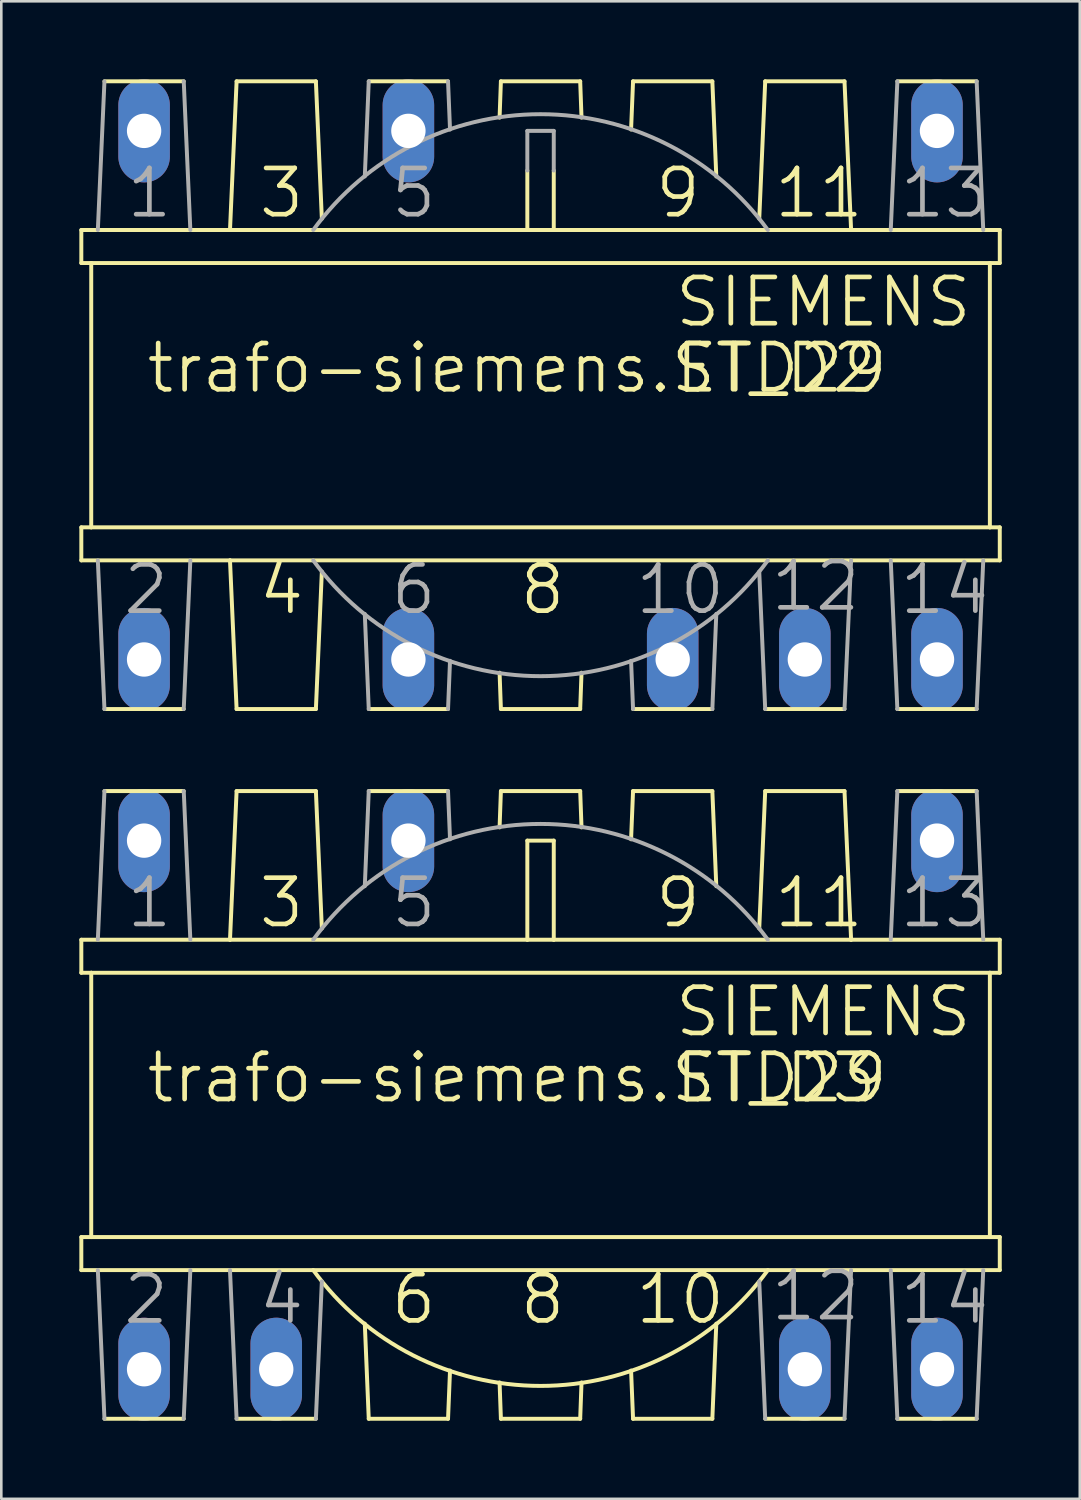
<source format=kicad_pcb>
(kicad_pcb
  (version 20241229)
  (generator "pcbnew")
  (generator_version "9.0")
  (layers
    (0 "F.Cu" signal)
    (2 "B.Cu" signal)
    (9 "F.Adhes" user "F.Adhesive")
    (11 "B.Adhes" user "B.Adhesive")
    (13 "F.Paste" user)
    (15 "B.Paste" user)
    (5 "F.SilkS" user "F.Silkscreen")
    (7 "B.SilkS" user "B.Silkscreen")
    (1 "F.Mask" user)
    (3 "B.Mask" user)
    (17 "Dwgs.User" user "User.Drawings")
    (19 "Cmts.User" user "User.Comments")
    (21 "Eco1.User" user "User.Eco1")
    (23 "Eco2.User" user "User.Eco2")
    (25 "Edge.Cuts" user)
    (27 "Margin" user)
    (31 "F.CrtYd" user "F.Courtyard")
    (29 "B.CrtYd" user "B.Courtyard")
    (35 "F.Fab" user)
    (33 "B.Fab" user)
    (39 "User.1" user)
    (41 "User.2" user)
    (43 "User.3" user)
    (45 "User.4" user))
  (footprint "trafo-siemens.ST_D2"
    (layer "F.Cu")
    (at 17.729 12.141)
    (property "Reference" "trafo-siemens.ST_D2" (at -15.24 0 0) (layer "F.SilkS") (effects (font (size 1.778 1.778) (thickness 0.18)) (justify left bottom)))
    (attr through_hole)
    (fp_line (start -17.653 -6.35) (end -17.653 -5.08) (stroke (width 0.152) (type default)) (layer "F.SilkS"))
    (fp_line (start -17.653 5.08) (end -17.653 6.35) (stroke (width 0.152) (type default)) (layer "F.SilkS"))
    (fp_line (start -17.272 -5.08) (end -17.653 -5.08) (stroke (width 0.152) (type default)) (layer "F.SilkS"))
    (fp_line (start -17.272 5.08) (end -17.653 5.08) (stroke (width 0.152) (type default)) (layer "F.SilkS"))
    (fp_line (start -17.272 5.08) (end -17.272 -5.08) (stroke (width 0.152) (type default)) (layer "F.SilkS"))
    (fp_line (start -16.764 12.065) (end -13.716 12.065) (stroke (width 0.152) (type default)) (layer "F.SilkS"))
    (fp_line (start -13.716 -12.065) (end -16.764 -12.065) (stroke (width 0.152) (type default)) (layer "F.SilkS"))
    (fp_line (start -11.938 -6.35) (end -17.653 -6.35) (stroke (width 0.152) (type default)) (layer "F.SilkS"))
    (fp_line (start -11.938 -6.35) (end -11.684 -12.065) (stroke (width 0.152) (type default)) (layer "F.SilkS"))
    (fp_line (start -11.938 6.35) (end -17.653 6.35) (stroke (width 0.152) (type default)) (layer "F.SilkS"))
    (fp_line (start -11.938 6.35) (end -11.684 12.065) (stroke (width 0.152) (type default)) (layer "F.SilkS"))
    (fp_line (start -11.684 12.065) (end -8.636 12.065) (stroke (width 0.152) (type default)) (layer "F.SilkS"))
    (fp_line (start -8.636 -12.065) (end -11.684 -12.065) (stroke (width 0.152) (type default)) (layer "F.SilkS"))
    (fp_line (start -8.407 -6.782) (end -8.636 -12.065) (stroke (width 0.152) (type default)) (layer "F.SilkS"))
    (fp_line (start -8.407 6.782) (end -8.636 12.065) (stroke (width 0.152) (type default)) (layer "F.SilkS"))
    (fp_line (start -6.604 12.065) (end -3.556 12.065) (stroke (width 0.152) (type default)) (layer "F.SilkS"))
    (fp_line (start -3.556 -12.065) (end -6.604 -12.065) (stroke (width 0.152) (type default)) (layer "F.SilkS"))
    (fp_line (start -1.575 -10.668) (end -1.524 -12.065) (stroke (width 0.152) (type default)) (layer "F.SilkS"))
    (fp_line (start -1.575 10.668) (end -1.524 12.065) (stroke (width 0.152) (type default)) (layer "F.SilkS"))
    (fp_line (start -1.524 12.065) (end 1.524 12.065) (stroke (width 0.152) (type default)) (layer "F.SilkS"))
    (fp_line (start -0.508 -8.636) (end -0.508 -6.35) (stroke (width 0.152) (type default)) (layer "F.SilkS"))
    (fp_line (start -0.508 -6.35) (end -11.938 -6.35) (stroke (width 0.152) (type default)) (layer "F.SilkS"))
    (fp_line (start 0.508 -6.35) (end -0.508 -6.35) (stroke (width 0.152) (type default)) (layer "F.SilkS"))
    (fp_line (start 0.508 -6.35) (end 0.508 -8.636) (stroke (width 0.152) (type default)) (layer "F.SilkS"))
    (fp_line (start 1.524 -12.065) (end -1.524 -12.065) (stroke (width 0.152) (type default)) (layer "F.SilkS"))
    (fp_line (start 1.575 -10.668) (end 1.524 -12.065) (stroke (width 0.152) (type default)) (layer "F.SilkS"))
    (fp_line (start 1.575 10.668) (end 1.524 12.065) (stroke (width 0.152) (type default)) (layer "F.SilkS"))
    (fp_line (start 3.48 -10.211) (end 3.556 -12.065) (stroke (width 0.152) (type default)) (layer "F.SilkS"))
    (fp_line (start 3.556 12.065) (end 6.604 12.065) (stroke (width 0.152) (type default)) (layer "F.SilkS"))
    (fp_line (start 6.604 -12.065) (end 3.556 -12.065) (stroke (width 0.152) (type default)) (layer "F.SilkS"))
    (fp_line (start 6.756 -8.407) (end 6.604 -12.065) (stroke (width 0.152) (type default)) (layer "F.SilkS"))
    (fp_line (start 8.407 -6.782) (end 8.636 -12.065) (stroke (width 0.152) (type default)) (layer "F.SilkS"))
    (fp_line (start 8.636 12.065) (end 11.684 12.065) (stroke (width 0.152) (type default)) (layer "F.SilkS"))
    (fp_line (start 11.684 -12.065) (end 8.636 -12.065) (stroke (width 0.152) (type default)) (layer "F.SilkS"))
    (fp_line (start 11.938 -6.35) (end 0.508 -6.35) (stroke (width 0.152) (type default)) (layer "F.SilkS"))
    (fp_line (start 11.938 -6.35) (end 11.684 -12.065) (stroke (width 0.152) (type default)) (layer "F.SilkS"))
    (fp_line (start 13.716 12.065) (end 16.764 12.065) (stroke (width 0.152) (type default)) (layer "F.SilkS"))
    (fp_line (start 16.764 -12.065) (end 13.716 -12.065) (stroke (width 0.152) (type default)) (layer "F.SilkS"))
    (fp_line (start 17.272 -5.08) (end -17.272 -5.08) (stroke (width 0.152) (type default)) (layer "F.SilkS"))
    (fp_line (start 17.272 5.08) (end -17.272 5.08) (stroke (width 0.152) (type default)) (layer "F.SilkS"))
    (fp_line (start 17.272 5.08) (end 17.272 -5.08) (stroke (width 0.152) (type default)) (layer "F.SilkS"))
    (fp_line (start 17.653 -6.35) (end 11.938 -6.35) (stroke (width 0.152) (type default)) (layer "F.SilkS"))
    (fp_line (start 17.653 -5.08) (end 17.272 -5.08) (stroke (width 0.152) (type default)) (layer "F.SilkS"))
    (fp_line (start 17.653 -5.08) (end 17.653 -6.35) (stroke (width 0.152) (type default)) (layer "F.SilkS"))
    (fp_line (start 17.653 5.08) (end 17.272 5.08) (stroke (width 0.152) (type default)) (layer "F.SilkS"))
    (fp_line (start 17.653 6.35) (end -11.938 6.35) (stroke (width 0.152) (type default)) (layer "F.SilkS"))
    (fp_line (start 17.653 6.35) (end 17.653 5.08) (stroke (width 0.152) (type default)) (layer "F.SilkS"))
    (fp_line (start -17.018 -6.35) (end -16.764 -12.065) (stroke (width 0.152) (type default)) (layer "F.Fab"))
    (fp_line (start -17.018 6.35) (end -16.764 12.065) (stroke (width 0.152) (type default)) (layer "F.Fab"))
    (fp_line (start -13.462 -6.35) (end -13.716 -12.065) (stroke (width 0.152) (type default)) (layer "F.Fab"))
    (fp_line (start -13.462 6.35) (end -13.716 12.065) (stroke (width 0.152) (type default)) (layer "F.Fab"))
    (fp_line (start -6.756 -8.407) (end -6.604 -12.065) (stroke (width 0.152) (type default)) (layer "F.Fab"))
    (fp_line (start -6.756 8.407) (end -6.604 12.065) (stroke (width 0.152) (type default)) (layer "F.Fab"))
    (fp_line (start -3.48 -10.211) (end -3.556 -12.065) (stroke (width 0.152) (type default)) (layer "F.Fab"))
    (fp_line (start -3.48 10.211) (end -3.556 12.065) (stroke (width 0.152) (type default)) (layer "F.Fab"))
    (fp_line (start -0.508 -10.16) (end -0.508 -8.636) (stroke (width 0.152) (type default)) (layer "F.Fab"))
    (fp_line (start 0.508 -10.16) (end -0.508 -10.16) (stroke (width 0.152) (type default)) (layer "F.Fab"))
    (fp_line (start 0.508 -8.636) (end 0.508 -10.16) (stroke (width 0.152) (type default)) (layer "F.Fab"))
    (fp_line (start 3.48 10.211) (end 3.556 12.065) (stroke (width 0.152) (type default)) (layer "F.Fab"))
    (fp_line (start 6.756 8.407) (end 6.604 12.065) (stroke (width 0.152) (type default)) (layer "F.Fab"))
    (fp_line (start 8.407 6.782) (end 8.636 12.065) (stroke (width 0.152) (type default)) (layer "F.Fab"))
    (fp_line (start 11.938 6.35) (end 11.684 12.065) (stroke (width 0.152) (type default)) (layer "F.Fab"))
    (fp_line (start 13.462 -6.35) (end 13.716 -12.065) (stroke (width 0.152) (type default)) (layer "F.Fab"))
    (fp_line (start 13.462 6.35) (end 13.716 12.065) (stroke (width 0.152) (type default)) (layer "F.Fab"))
    (fp_line (start 17.018 -6.35) (end 16.764 -12.065) (stroke (width 0.152) (type default)) (layer "F.Fab"))
    (fp_line (start 17.018 6.35) (end 16.764 12.065) (stroke (width 0.152) (type default)) (layer "F.Fab"))
    (fp_arc (start -8.7376 -6.35) (mid 0 -10.801303) (end 8.7376 -6.35) (stroke (width 0.1524) (type default)) (layer "F.Fab"))
    (fp_arc (start 8.7376 6.35) (mid 0 10.801303) (end -8.7376 6.35) (stroke (width 0.1524) (type default)) (layer "F.Fab"))
    (fp_text user "SIEMENS" (at 5.08 -2.54 0) (layer "F.SilkS") (effects (font (size 1.778 1.778) (thickness 0.18)) (justify left bottom)))
    (fp_text user "4" (at -10.922 8.509 0) (layer "F.SilkS") (effects (font (size 1.778 1.778) (thickness 0.18)) (justify left bottom)))
    (fp_text user "11" (at 8.89 -6.731 0) (layer "F.SilkS") (effects (font (size 1.778 1.778) (thickness 0.18)) (justify left bottom)))
    (fp_text user "ETD29" (at 5.08 0 0) (layer "F.SilkS") (effects (font (size 1.778 1.778) (thickness 0.18)) (justify left bottom)))
    (fp_text user "9" (at 4.318 -6.731 0) (layer "F.SilkS") (effects (font (size 1.778 1.778) (thickness 0.18)) (justify left bottom)))
    (fp_text user "3" (at -10.922 -6.731 0) (layer "F.SilkS") (effects (font (size 1.778 1.778) (thickness 0.18)) (justify left bottom)))
    (fp_text user "8" (at -0.889 8.509 0) (layer "F.SilkS") (effects (font (size 1.778 1.778) (thickness 0.18)) (justify left bottom)))
    (fp_text user "13" (at 13.716 -6.731 0) (layer "F.Fab") (effects (font (size 1.778 1.778) (thickness 0.18)) (justify left bottom)))
    (fp_text user "14" (at 13.716 8.509 0) (layer "F.Fab") (effects (font (size 1.778 1.778) (thickness 0.18)) (justify left bottom)))
    (fp_text user "10" (at 3.556 8.509 0) (layer "F.Fab") (effects (font (size 1.778 1.778) (thickness 0.18)) (justify left bottom)))
    (fp_text user "6" (at -5.842 8.509 0) (layer "F.Fab") (effects (font (size 1.778 1.778) (thickness 0.18)) (justify left bottom)))
    (fp_text user "12" (at 8.763 8.382 0) (layer "F.Fab") (effects (font (size 1.778 1.778) (thickness 0.18)) (justify left bottom)))
    (fp_text user "5" (at -5.842 -6.731 0) (layer "F.Fab") (effects (font (size 1.778 1.778) (thickness 0.18)) (justify left bottom)))
    (fp_text user "1" (at -16.002 -6.731 0) (layer "F.Fab") (effects (font (size 1.778 1.778) (thickness 0.18)) (justify left bottom)))
    (fp_text user "2" (at -16.129 8.509 0) (layer "F.Fab") (effects (font (size 1.778 1.778) (thickness 0.18)) (justify left bottom)))
    (pad "1" thru_hole oval (at -15.24 -10.16 90) (size 3.962 1.981) (drill 1.321) (layers "*.Cu" "*.Mask"))
    (pad "2" thru_hole oval (at -15.24 10.16 90) (size 3.962 1.981) (drill 1.321) (layers "*.Cu" "*.Mask"))
    (pad "5" thru_hole oval (at -5.08 -10.16 90) (size 3.962 1.981) (drill 1.321) (layers "*.Cu" "*.Mask"))
    (pad "6" thru_hole oval (at -5.08 10.16 90) (size 3.962 1.981) (drill 1.321) (layers "*.Cu" "*.Mask"))
    (pad "10" thru_hole oval (at 5.08 10.16 90) (size 3.962 1.981) (drill 1.321) (layers "*.Cu" "*.Mask"))
    (pad "12" thru_hole oval (at 10.16 10.16 90) (size 3.962 1.981) (drill 1.321) (layers "*.Cu" "*.Mask"))
    (pad "13" thru_hole oval (at 15.24 -10.16 90) (size 3.962 1.981) (drill 1.321) (layers "*.Cu" "*.Mask"))
    (pad "14" thru_hole oval (at 15.24 10.16 90) (size 3.962 1.981) (drill 1.321) (layers "*.Cu" "*.Mask")))
  (footprint "trafo-siemens.ST_D3"
    (layer "F.Cu")
    (at 17.729 39.424)
    (property "Reference" "trafo-siemens.ST_D3" (at -15.24 0 0) (layer "F.SilkS") (effects (font (size 1.778 1.778) (thickness 0.18)) (justify left bottom)))
    (attr through_hole)
    (fp_line (start -17.653 -6.35) (end -17.653 -5.08) (stroke (width 0.152) (type default)) (layer "F.SilkS"))
    (fp_line (start -17.653 5.08) (end -17.653 6.35) (stroke (width 0.152) (type default)) (layer "F.SilkS"))
    (fp_line (start -17.272 -5.08) (end -17.653 -5.08) (stroke (width 0.152) (type default)) (layer "F.SilkS"))
    (fp_line (start -17.272 5.08) (end -17.653 5.08) (stroke (width 0.152) (type default)) (layer "F.SilkS"))
    (fp_line (start -17.272 5.08) (end -17.272 -5.08) (stroke (width 0.152) (type default)) (layer "F.SilkS"))
    (fp_line (start -16.764 12.065) (end -13.716 12.065) (stroke (width 0.152) (type default)) (layer "F.SilkS"))
    (fp_line (start -13.716 -12.065) (end -16.764 -12.065) (stroke (width 0.152) (type default)) (layer "F.SilkS"))
    (fp_line (start -11.938 -6.35) (end -17.653 -6.35) (stroke (width 0.152) (type default)) (layer "F.SilkS"))
    (fp_line (start -11.938 -6.35) (end -11.684 -12.065) (stroke (width 0.152) (type default)) (layer "F.SilkS"))
    (fp_line (start -11.684 12.065) (end -8.636 12.065) (stroke (width 0.152) (type default)) (layer "F.SilkS"))
    (fp_line (start -8.636 -12.065) (end -11.684 -12.065) (stroke (width 0.152) (type default)) (layer "F.SilkS"))
    (fp_line (start -8.407 -6.782) (end -8.636 -12.065) (stroke (width 0.152) (type default)) (layer "F.SilkS"))
    (fp_line (start -6.756 8.407) (end -6.604 12.065) (stroke (width 0.152) (type default)) (layer "F.SilkS"))
    (fp_line (start -6.604 12.065) (end -3.556 12.065) (stroke (width 0.152) (type default)) (layer "F.SilkS"))
    (fp_line (start -3.556 -12.065) (end -6.604 -12.065) (stroke (width 0.152) (type default)) (layer "F.SilkS"))
    (fp_line (start -3.48 10.211) (end -3.556 12.065) (stroke (width 0.152) (type default)) (layer "F.SilkS"))
    (fp_line (start -1.575 -10.668) (end -1.524 -12.065) (stroke (width 0.152) (type default)) (layer "F.SilkS"))
    (fp_line (start -1.575 10.668) (end -1.524 12.065) (stroke (width 0.152) (type default)) (layer "F.SilkS"))
    (fp_line (start -1.524 12.065) (end 1.524 12.065) (stroke (width 0.152) (type default)) (layer "F.SilkS"))
    (fp_line (start -0.508 -10.16) (end -0.508 -6.35) (stroke (width 0.152) (type default)) (layer "F.SilkS"))
    (fp_line (start -0.508 -6.35) (end -11.938 -6.35) (stroke (width 0.152) (type default)) (layer "F.SilkS"))
    (fp_line (start 0.508 -10.16) (end -0.508 -10.16) (stroke (width 0.152) (type default)) (layer "F.SilkS"))
    (fp_line (start 0.508 -6.35) (end -0.508 -6.35) (stroke (width 0.152) (type default)) (layer "F.SilkS"))
    (fp_line (start 0.508 -6.35) (end 0.508 -10.16) (stroke (width 0.152) (type default)) (layer "F.SilkS"))
    (fp_line (start 1.524 -12.065) (end -1.524 -12.065) (stroke (width 0.152) (type default)) (layer "F.SilkS"))
    (fp_line (start 1.575 -10.668) (end 1.524 -12.065) (stroke (width 0.152) (type default)) (layer "F.SilkS"))
    (fp_line (start 1.575 10.668) (end 1.524 12.065) (stroke (width 0.152) (type default)) (layer "F.SilkS"))
    (fp_line (start 3.48 -10.211) (end 3.556 -12.065) (stroke (width 0.152) (type default)) (layer "F.SilkS"))
    (fp_line (start 3.48 10.211) (end 3.556 12.065) (stroke (width 0.152) (type default)) (layer "F.SilkS"))
    (fp_line (start 3.556 12.065) (end 6.604 12.065) (stroke (width 0.152) (type default)) (layer "F.SilkS"))
    (fp_line (start 6.604 -12.065) (end 3.556 -12.065) (stroke (width 0.152) (type default)) (layer "F.SilkS"))
    (fp_line (start 6.756 -8.407) (end 6.604 -12.065) (stroke (width 0.152) (type default)) (layer "F.SilkS"))
    (fp_line (start 6.756 8.407) (end 6.604 12.065) (stroke (width 0.152) (type default)) (layer "F.SilkS"))
    (fp_line (start 8.407 -6.782) (end 8.636 -12.065) (stroke (width 0.152) (type default)) (layer "F.SilkS"))
    (fp_line (start 8.636 12.065) (end 11.684 12.065) (stroke (width 0.152) (type default)) (layer "F.SilkS"))
    (fp_line (start 11.684 -12.065) (end 8.636 -12.065) (stroke (width 0.152) (type default)) (layer "F.SilkS"))
    (fp_line (start 11.938 -6.35) (end 0.508 -6.35) (stroke (width 0.152) (type default)) (layer "F.SilkS"))
    (fp_line (start 11.938 -6.35) (end 11.684 -12.065) (stroke (width 0.152) (type default)) (layer "F.SilkS"))
    (fp_line (start 13.716 12.065) (end 16.764 12.065) (stroke (width 0.152) (type default)) (layer "F.SilkS"))
    (fp_line (start 16.764 -12.065) (end 13.716 -12.065) (stroke (width 0.152) (type default)) (layer "F.SilkS"))
    (fp_line (start 17.272 -5.08) (end -17.272 -5.08) (stroke (width 0.152) (type default)) (layer "F.SilkS"))
    (fp_line (start 17.272 5.08) (end -17.272 5.08) (stroke (width 0.152) (type default)) (layer "F.SilkS"))
    (fp_line (start 17.272 5.08) (end 17.272 -5.08) (stroke (width 0.152) (type default)) (layer "F.SilkS"))
    (fp_line (start 17.653 -6.35) (end 11.938 -6.35) (stroke (width 0.152) (type default)) (layer "F.SilkS"))
    (fp_line (start 17.653 -5.08) (end 17.272 -5.08) (stroke (width 0.152) (type default)) (layer "F.SilkS"))
    (fp_line (start 17.653 -5.08) (end 17.653 -6.35) (stroke (width 0.152) (type default)) (layer "F.SilkS"))
    (fp_line (start 17.653 5.08) (end 17.272 5.08) (stroke (width 0.152) (type default)) (layer "F.SilkS"))
    (fp_line (start 17.653 6.35) (end -17.653 6.35) (stroke (width 0.152) (type default)) (layer "F.SilkS"))
    (fp_line (start 17.653 6.35) (end 17.653 5.08) (stroke (width 0.152) (type default)) (layer "F.SilkS"))
    (fp_arc (start 8.7376 6.35) (mid 0 10.801303) (end -8.7376 6.35) (stroke (width 0.1524) (type default)) (layer "F.SilkS"))
    (fp_line (start -17.018 -6.35) (end -16.764 -12.065) (stroke (width 0.152) (type default)) (layer "F.Fab"))
    (fp_line (start -17.018 6.35) (end -16.764 12.065) (stroke (width 0.152) (type default)) (layer "F.Fab"))
    (fp_line (start -13.462 -6.35) (end -13.716 -12.065) (stroke (width 0.152) (type default)) (layer "F.Fab"))
    (fp_line (start -13.462 6.35) (end -13.716 12.065) (stroke (width 0.152) (type default)) (layer "F.Fab"))
    (fp_line (start -11.938 6.35) (end -11.684 12.065) (stroke (width 0.152) (type default)) (layer "F.Fab"))
    (fp_line (start -8.407 6.782) (end -8.636 12.065) (stroke (width 0.152) (type default)) (layer "F.Fab"))
    (fp_line (start -6.756 -8.407) (end -6.604 -12.065) (stroke (width 0.152) (type default)) (layer "F.Fab"))
    (fp_line (start -3.48 -10.211) (end -3.556 -12.065) (stroke (width 0.152) (type default)) (layer "F.Fab"))
    (fp_line (start 8.407 6.782) (end 8.636 12.065) (stroke (width 0.152) (type default)) (layer "F.Fab"))
    (fp_line (start 11.938 6.35) (end 11.684 12.065) (stroke (width 0.152) (type default)) (layer "F.Fab"))
    (fp_line (start 13.462 -6.35) (end 13.716 -12.065) (stroke (width 0.152) (type default)) (layer "F.Fab"))
    (fp_line (start 13.462 6.35) (end 13.716 12.065) (stroke (width 0.152) (type default)) (layer "F.Fab"))
    (fp_line (start 17.018 -6.35) (end 16.764 -12.065) (stroke (width 0.152) (type default)) (layer "F.Fab"))
    (fp_line (start 17.018 6.35) (end 16.764 12.065) (stroke (width 0.152) (type default)) (layer "F.Fab"))
    (fp_arc (start -8.7376 -6.35) (mid 0 -10.801303) (end 8.7376 -6.35) (stroke (width 0.1524) (type default)) (layer "F.Fab"))
    (fp_text user "SIEMENS" (at 5.08 -2.54 0) (layer "F.SilkS") (effects (font (size 1.778 1.778) (thickness 0.18)) (justify left bottom)))
    (fp_text user "ETD29" (at 5.08 0 0) (layer "F.SilkS") (effects (font (size 1.778 1.778) (thickness 0.18)) (justify left bottom)))
    (fp_text user "6" (at -5.842 8.509 0) (layer "F.SilkS") (effects (font (size 1.778 1.778) (thickness 0.18)) (justify left bottom)))
    (fp_text user "8" (at -0.889 8.509 0) (layer "F.SilkS") (effects (font (size 1.778 1.778) (thickness 0.18)) (justify left bottom)))
    (fp_text user "9" (at 4.318 -6.731 0) (layer "F.SilkS") (effects (font (size 1.778 1.778) (thickness 0.18)) (justify left bottom)))
    (fp_text user "3" (at -10.922 -6.731 0) (layer "F.SilkS") (effects (font (size 1.778 1.778) (thickness 0.18)) (justify left bottom)))
    (fp_text user "11" (at 8.89 -6.731 0) (layer "F.SilkS") (effects (font (size 1.778 1.778) (thickness 0.18)) (justify left bottom)))
    (fp_text user "10" (at 3.556 8.509 0) (layer "F.SilkS") (effects (font (size 1.778 1.778) (thickness 0.18)) (justify left bottom)))
    (fp_text user "1" (at -16.002 -6.731 0) (layer "F.Fab") (effects (font (size 1.778 1.778) (thickness 0.18)) (justify left bottom)))
    (fp_text user "12" (at 8.763 8.382 0) (layer "F.Fab") (effects (font (size 1.778 1.778) (thickness 0.18)) (justify left bottom)))
    (fp_text user "13" (at 13.716 -6.731 0) (layer "F.Fab") (effects (font (size 1.778 1.778) (thickness 0.18)) (justify left bottom)))
    (fp_text user "14" (at 13.716 8.509 0) (layer "F.Fab") (effects (font (size 1.778 1.778) (thickness 0.18)) (justify left bottom)))
    (fp_text user "2" (at -16.129 8.509 0) (layer "F.Fab") (effects (font (size 1.778 1.778) (thickness 0.18)) (justify left bottom)))
    (fp_text user "4" (at -10.922 8.509 0) (layer "F.Fab") (effects (font (size 1.778 1.778) (thickness 0.18)) (justify left bottom)))
    (fp_text user "5" (at -5.842 -6.731 0) (layer "F.Fab") (effects (font (size 1.778 1.778) (thickness 0.18)) (justify left bottom)))
    (pad "1" thru_hole oval (at -15.24 -10.16 90) (size 3.962 1.981) (drill 1.321) (layers "*.Cu" "*.Mask"))
    (pad "2" thru_hole oval (at -15.24 10.16 90) (size 3.962 1.981) (drill 1.321) (layers "*.Cu" "*.Mask"))
    (pad "4" thru_hole oval (at -10.16 10.16 90) (size 3.962 1.981) (drill 1.321) (layers "*.Cu" "*.Mask"))
    (pad "5" thru_hole oval (at -5.08 -10.16 90) (size 3.962 1.981) (drill 1.321) (layers "*.Cu" "*.Mask"))
    (pad "12" thru_hole oval (at 10.16 10.16 90) (size 3.962 1.981) (drill 1.321) (layers "*.Cu" "*.Mask"))
    (pad "13" thru_hole oval (at 15.24 -10.16 90) (size 3.962 1.981) (drill 1.321) (layers "*.Cu" "*.Mask"))
    (pad "14" thru_hole oval (at 15.24 10.16 90) (size 3.962 1.981) (drill 1.321) (layers "*.Cu" "*.Mask")))
  (gr_rect
    (start -3 -3)
    (end 38.458 54.565)
    (stroke (width 0.1) (type default))
    (fill no)
    (layer "Edge.Cuts")))
</source>
